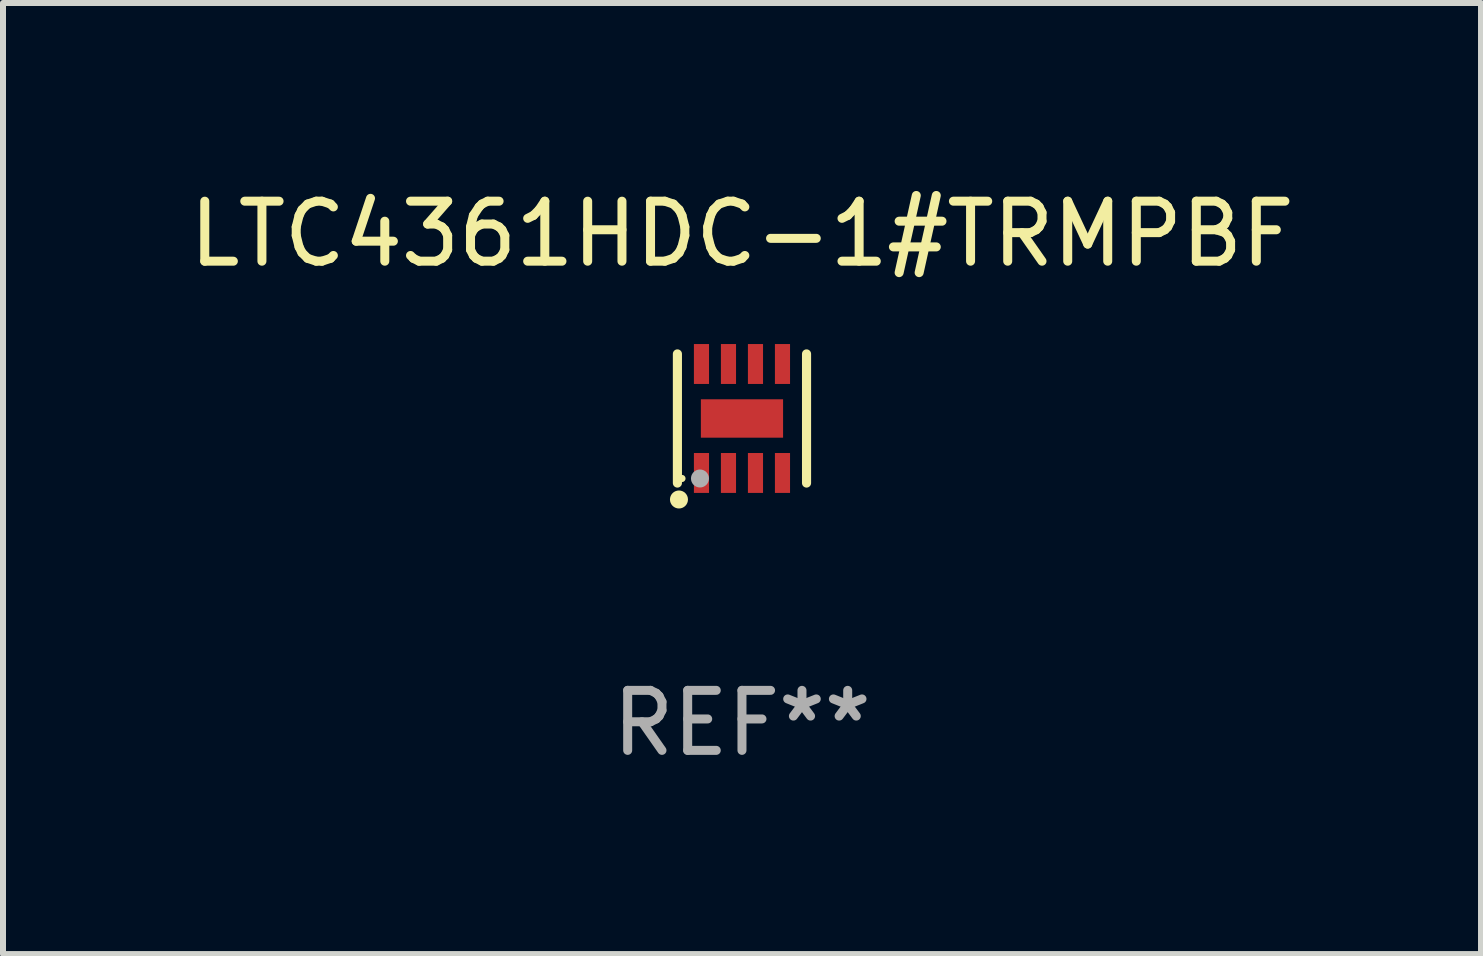
<source format=kicad_pcb>
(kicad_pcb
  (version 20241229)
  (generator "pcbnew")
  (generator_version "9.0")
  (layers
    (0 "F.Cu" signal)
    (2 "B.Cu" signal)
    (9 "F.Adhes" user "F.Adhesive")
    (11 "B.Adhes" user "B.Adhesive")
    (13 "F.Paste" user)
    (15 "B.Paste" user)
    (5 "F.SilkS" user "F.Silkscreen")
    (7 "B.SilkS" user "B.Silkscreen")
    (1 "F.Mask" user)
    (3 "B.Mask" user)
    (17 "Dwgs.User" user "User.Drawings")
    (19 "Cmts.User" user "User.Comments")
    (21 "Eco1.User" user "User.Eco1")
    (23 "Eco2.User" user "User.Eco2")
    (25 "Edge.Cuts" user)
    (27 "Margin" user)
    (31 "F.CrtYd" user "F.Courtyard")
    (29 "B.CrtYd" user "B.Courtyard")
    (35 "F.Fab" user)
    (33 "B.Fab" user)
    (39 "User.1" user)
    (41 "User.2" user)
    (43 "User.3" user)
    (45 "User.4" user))
  (footprint "LTC4361HDC-1#TRMPBF"
    (layer "F.Cu")
    (at 9.315 3.924)
    (property "Reference" "LTC4361HDC-1#TRMPBF" (at 0 -3.076 0) (layer "F.SilkS") (effects (font (size 1 1) (thickness 0.15))))
    (attr through_hole)
    (fp_line (start -1.076 1.076) (end -1.076 -1.076) (stroke (width 0.152) (type solid)) (layer "F.SilkS"))
    (fp_line (start 1.076 1.076) (end 1.076 -1.076) (stroke (width 0.152) (type solid)) (layer "F.SilkS"))
    (fp_circle (center -1.05 1.35) (end -0.975 1.35) (stroke (width 0.15) (type solid)) (fill no) (layer "F.SilkS"))
    (fp_circle (center -1 1) (end -0.97 1) (stroke (width 0.06) (type solid)) (fill no) (layer "F.SilkS"))
    (fp_circle (center -0.7 1) (end -0.625 1) (stroke (width 0.15) (type solid)) (fill no) (layer "F.Fab"))
    (fp_text user "REF**" (at 0 5.076 0) (layer "F.Fab") (effects (font (size 1 1) (thickness 0.15))))
    (pad "1" smd rect (at -0.675 0.908) (size 0.252 0.665) (layers "F.Cu" "F.Mask" "F.Paste"))
    (pad "2" smd rect (at -0.225 0.908) (size 0.252 0.665) (layers "F.Cu" "F.Mask" "F.Paste"))
    (pad "3" smd rect (at 0.225 0.908) (size 0.252 0.665) (layers "F.Cu" "F.Mask" "F.Paste"))
    (pad "4" smd rect (at 0.675 0.908) (size 0.252 0.665) (layers "F.Cu" "F.Mask" "F.Paste"))
    (pad "5" smd rect (at 0.675 -0.908) (size 0.252 0.665) (layers "F.Cu" "F.Mask" "F.Paste"))
    (pad "6" smd rect (at 0.225 -0.908) (size 0.252 0.665) (layers "F.Cu" "F.Mask" "F.Paste"))
    (pad "7" smd rect (at -0.225 -0.908) (size 0.252 0.665) (layers "F.Cu" "F.Mask" "F.Paste"))
    (pad "8" smd rect (at -0.675 -0.908) (size 0.252 0.665) (layers "F.Cu" "F.Mask" "F.Paste"))
    (pad "9" smd rect (at 0 0) (size 1.37 0.64) (layers "F.Cu" "F.Mask" "F.Paste")))
  (gr_rect
    (start -3 -3)
    (end 21.631 12.849)
    (stroke (width 0.1) (type default))
    (fill no)
    (layer "Edge.Cuts")))
</source>
